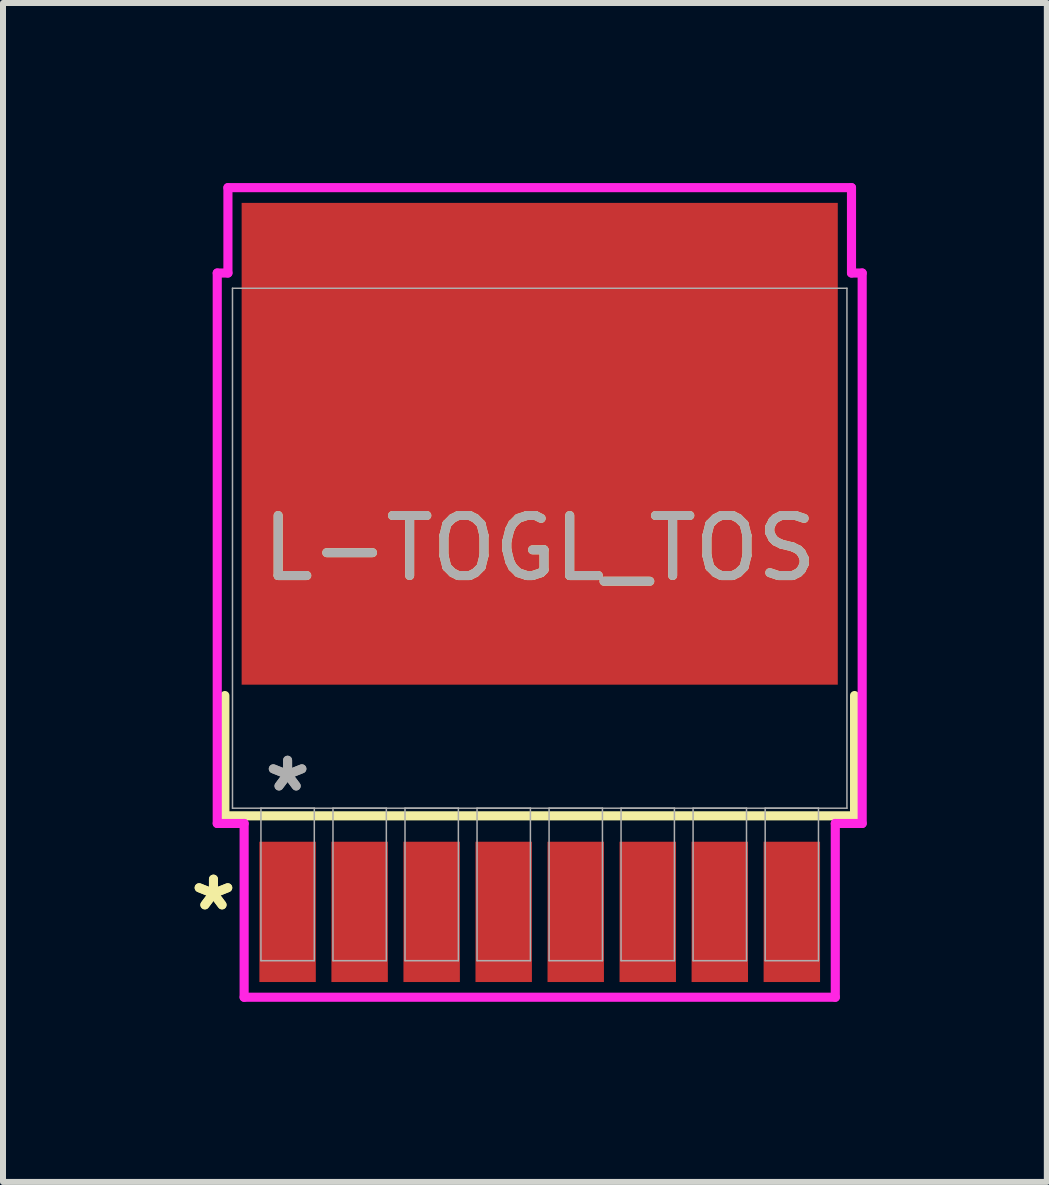
<source format=kicad_pcb>
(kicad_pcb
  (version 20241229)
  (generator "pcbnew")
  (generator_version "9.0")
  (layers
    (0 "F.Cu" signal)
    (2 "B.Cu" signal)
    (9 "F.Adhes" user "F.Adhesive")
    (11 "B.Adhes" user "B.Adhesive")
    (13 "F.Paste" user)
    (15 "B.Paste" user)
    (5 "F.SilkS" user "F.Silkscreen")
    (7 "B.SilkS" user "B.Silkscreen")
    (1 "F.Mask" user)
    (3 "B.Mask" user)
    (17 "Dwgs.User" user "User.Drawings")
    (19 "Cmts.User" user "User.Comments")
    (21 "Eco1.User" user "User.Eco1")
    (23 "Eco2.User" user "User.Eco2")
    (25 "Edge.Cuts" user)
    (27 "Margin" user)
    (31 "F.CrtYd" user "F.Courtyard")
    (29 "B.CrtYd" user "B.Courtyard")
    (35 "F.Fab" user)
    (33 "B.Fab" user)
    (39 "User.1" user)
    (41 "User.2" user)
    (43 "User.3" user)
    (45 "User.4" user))
  (footprint "L-TOGL_TOS"
    (layer "F.Cu")
    (at 5.941 6.083)
    (property "Reference" "L-TOGL_TOS" (at 0 0 0) (unlocked yes) (layer "F.SilkS") (effects (font (size 1 1) (thickness 0.15))))
    (attr smd)
    (fp_line (start -5.245 2.454) (end -5.245 4.458) (stroke (width 0.152) (type solid)) (layer "F.SilkS"))
    (fp_line (start -5.245 4.458) (end 5.245 4.458) (stroke (width 0.152) (type solid)) (layer "F.SilkS"))
    (fp_line (start 5.245 4.458) (end 5.245 2.454) (stroke (width 0.152) (type solid)) (layer "F.SilkS"))
    (fp_line (start -5.372 -4.585) (end -5.194 -4.585) (stroke (width 0.152) (type solid)) (layer "F.CrtYd"))
    (fp_line (start -5.372 4.585) (end -5.372 -4.585) (stroke (width 0.152) (type solid)) (layer "F.CrtYd"))
    (fp_line (start -5.194 -6.007) (end 5.194 -6.007) (stroke (width 0.152) (type solid)) (layer "F.CrtYd"))
    (fp_line (start -5.194 -4.585) (end -5.194 -6.007) (stroke (width 0.152) (type solid)) (layer "F.CrtYd"))
    (fp_line (start -4.924 4.585) (end -5.372 4.585) (stroke (width 0.152) (type solid)) (layer "F.CrtYd"))
    (fp_line (start -4.924 7.48) (end -4.924 4.585) (stroke (width 0.152) (type solid)) (layer "F.CrtYd"))
    (fp_line (start 4.924 4.585) (end 4.924 7.48) (stroke (width 0.152) (type solid)) (layer "F.CrtYd"))
    (fp_line (start 4.924 7.48) (end -4.924 7.48) (stroke (width 0.152) (type solid)) (layer "F.CrtYd"))
    (fp_line (start 5.194 -6.007) (end 5.194 -4.585) (stroke (width 0.152) (type solid)) (layer "F.CrtYd"))
    (fp_line (start 5.194 -4.585) (end 5.372 -4.585) (stroke (width 0.152) (type solid)) (layer "F.CrtYd"))
    (fp_line (start 5.372 -4.585) (end 5.372 4.585) (stroke (width 0.152) (type solid)) (layer "F.CrtYd"))
    (fp_line (start 5.372 4.585) (end 4.924 4.585) (stroke (width 0.152) (type solid)) (layer "F.CrtYd"))
    (fp_line (start -5.118 -4.331) (end -5.118 4.331) (stroke (width 0.025) (type solid)) (layer "F.Fab"))
    (fp_line (start -5.118 4.331) (end 5.118 4.331) (stroke (width 0.025) (type solid)) (layer "F.Fab"))
    (fp_line (start -4.644 4.331) (end -4.644 6.871) (stroke (width 0.025) (type solid)) (layer "F.Fab"))
    (fp_line (start -4.644 6.871) (end -3.755 6.871) (stroke (width 0.025) (type solid)) (layer "F.Fab"))
    (fp_line (start -3.755 4.331) (end -4.644 4.331) (stroke (width 0.025) (type solid)) (layer "F.Fab"))
    (fp_line (start -3.755 6.871) (end -3.755 4.331) (stroke (width 0.025) (type solid)) (layer "F.Fab"))
    (fp_line (start -3.444 4.331) (end -3.444 6.871) (stroke (width 0.025) (type solid)) (layer "F.Fab"))
    (fp_line (start -3.444 6.871) (end -2.555 6.871) (stroke (width 0.025) (type solid)) (layer "F.Fab"))
    (fp_line (start -2.555 4.331) (end -3.444 4.331) (stroke (width 0.025) (type solid)) (layer "F.Fab"))
    (fp_line (start -2.555 6.871) (end -2.555 4.331) (stroke (width 0.025) (type solid)) (layer "F.Fab"))
    (fp_line (start -2.244 4.331) (end -2.244 6.871) (stroke (width 0.025) (type solid)) (layer "F.Fab"))
    (fp_line (start -2.244 6.871) (end -1.355 6.871) (stroke (width 0.025) (type solid)) (layer "F.Fab"))
    (fp_line (start -1.355 4.331) (end -2.244 4.331) (stroke (width 0.025) (type solid)) (layer "F.Fab"))
    (fp_line (start -1.355 6.871) (end -1.355 4.331) (stroke (width 0.025) (type solid)) (layer "F.Fab"))
    (fp_line (start -1.044 4.331) (end -1.044 6.871) (stroke (width 0.025) (type solid)) (layer "F.Fab"))
    (fp_line (start -1.044 6.871) (end -0.155 6.871) (stroke (width 0.025) (type solid)) (layer "F.Fab"))
    (fp_line (start -0.155 4.331) (end -1.044 4.331) (stroke (width 0.025) (type solid)) (layer "F.Fab"))
    (fp_line (start -0.155 6.871) (end -0.155 4.331) (stroke (width 0.025) (type solid)) (layer "F.Fab"))
    (fp_line (start 0.156 4.331) (end 0.156 6.871) (stroke (width 0.025) (type solid)) (layer "F.Fab"))
    (fp_line (start 0.156 6.871) (end 1.045 6.871) (stroke (width 0.025) (type solid)) (layer "F.Fab"))
    (fp_line (start 1.045 4.331) (end 0.156 4.331) (stroke (width 0.025) (type solid)) (layer "F.Fab"))
    (fp_line (start 1.045 6.871) (end 1.045 4.331) (stroke (width 0.025) (type solid)) (layer "F.Fab"))
    (fp_line (start 1.355 4.331) (end 1.355 6.871) (stroke (width 0.025) (type solid)) (layer "F.Fab"))
    (fp_line (start 1.355 6.871) (end 2.244 6.871) (stroke (width 0.025) (type solid)) (layer "F.Fab"))
    (fp_line (start 2.244 4.331) (end 1.355 4.331) (stroke (width 0.025) (type solid)) (layer "F.Fab"))
    (fp_line (start 2.244 6.871) (end 2.244 4.331) (stroke (width 0.025) (type solid)) (layer "F.Fab"))
    (fp_line (start 2.555 4.331) (end 2.555 6.871) (stroke (width 0.025) (type solid)) (layer "F.Fab"))
    (fp_line (start 2.555 6.871) (end 3.445 6.871) (stroke (width 0.025) (type solid)) (layer "F.Fab"))
    (fp_line (start 3.445 4.331) (end 2.555 4.331) (stroke (width 0.025) (type solid)) (layer "F.Fab"))
    (fp_line (start 3.445 6.871) (end 3.445 4.331) (stroke (width 0.025) (type solid)) (layer "F.Fab"))
    (fp_line (start 3.756 4.331) (end 3.756 6.871) (stroke (width 0.025) (type solid)) (layer "F.Fab"))
    (fp_line (start 3.756 6.871) (end 4.644 6.871) (stroke (width 0.025) (type solid)) (layer "F.Fab"))
    (fp_line (start 4.644 4.331) (end 3.756 4.331) (stroke (width 0.025) (type solid)) (layer "F.Fab"))
    (fp_line (start 4.644 6.871) (end 4.644 4.331) (stroke (width 0.025) (type solid)) (layer "F.Fab"))
    (fp_line (start 5.118 -4.331) (end -5.118 -4.331) (stroke (width 0.025) (type solid)) (layer "F.Fab"))
    (fp_line (start 5.118 4.331) (end 5.118 -4.331) (stroke (width 0.025) (type solid)) (layer "F.Fab"))
    (fp_text user "*" (at -5.435 6.058 0) (unlocked yes) (layer "F.SilkS") (effects (font (size 1 1) (thickness 0.15))))
    (fp_text user "*" (at -5.435 6.058 0) (layer "F.SilkS") (effects (font (size 1 1) (thickness 0.15))))
    (fp_text user "${REFERENCE}" (at 0 0 0) (unlocked yes) (layer "F.Fab") (effects (font (size 1 1) (thickness 0.15))))
    (fp_text user "*" (at -4.2 4.077 0) (layer "F.Fab") (effects (font (size 1 1) (thickness 0.15))))
    (fp_text user "*" (at -4.2 4.077 0) (unlocked yes) (layer "F.Fab") (effects (font (size 1 1) (thickness 0.15))))
    (pad "1" smd rect (at -4.2 6.058) (size 0.94 2.337) (layers "F.Cu" "F.Mask" "F.Paste"))
    (pad "2" smd rect (at 0 -1.74) (size 9.931 8.026) (layers "F.Cu" "F.Mask" "F.Paste"))
    (pad "3" smd rect (at -3 6.058) (size 0.94 2.337) (layers "F.Cu" "F.Mask" "F.Paste"))
    (pad "3" smd rect (at -1.8 6.058) (size 0.94 2.337) (layers "F.Cu" "F.Mask" "F.Paste"))
    (pad "3" smd rect (at -0.6 6.058) (size 0.94 2.337) (layers "F.Cu" "F.Mask" "F.Paste"))
    (pad "3" smd rect (at 0.6 6.058) (size 0.94 2.337) (layers "F.Cu" "F.Mask" "F.Paste"))
    (pad "3" smd rect (at 1.8 6.058) (size 0.94 2.337) (layers "F.Cu" "F.Mask" "F.Paste"))
    (pad "3" smd rect (at 3 6.058) (size 0.94 2.337) (layers "F.Cu" "F.Mask" "F.Paste"))
    (pad "3" smd rect (at 4.2 6.058) (size 0.94 2.337) (layers "F.Cu" "F.Mask" "F.Paste")))
  (gr_rect
    (start -3 -3)
    (end 14.389 16.64)
    (stroke (width 0.1) (type default))
    (fill no)
    (layer "Edge.Cuts")))
</source>
